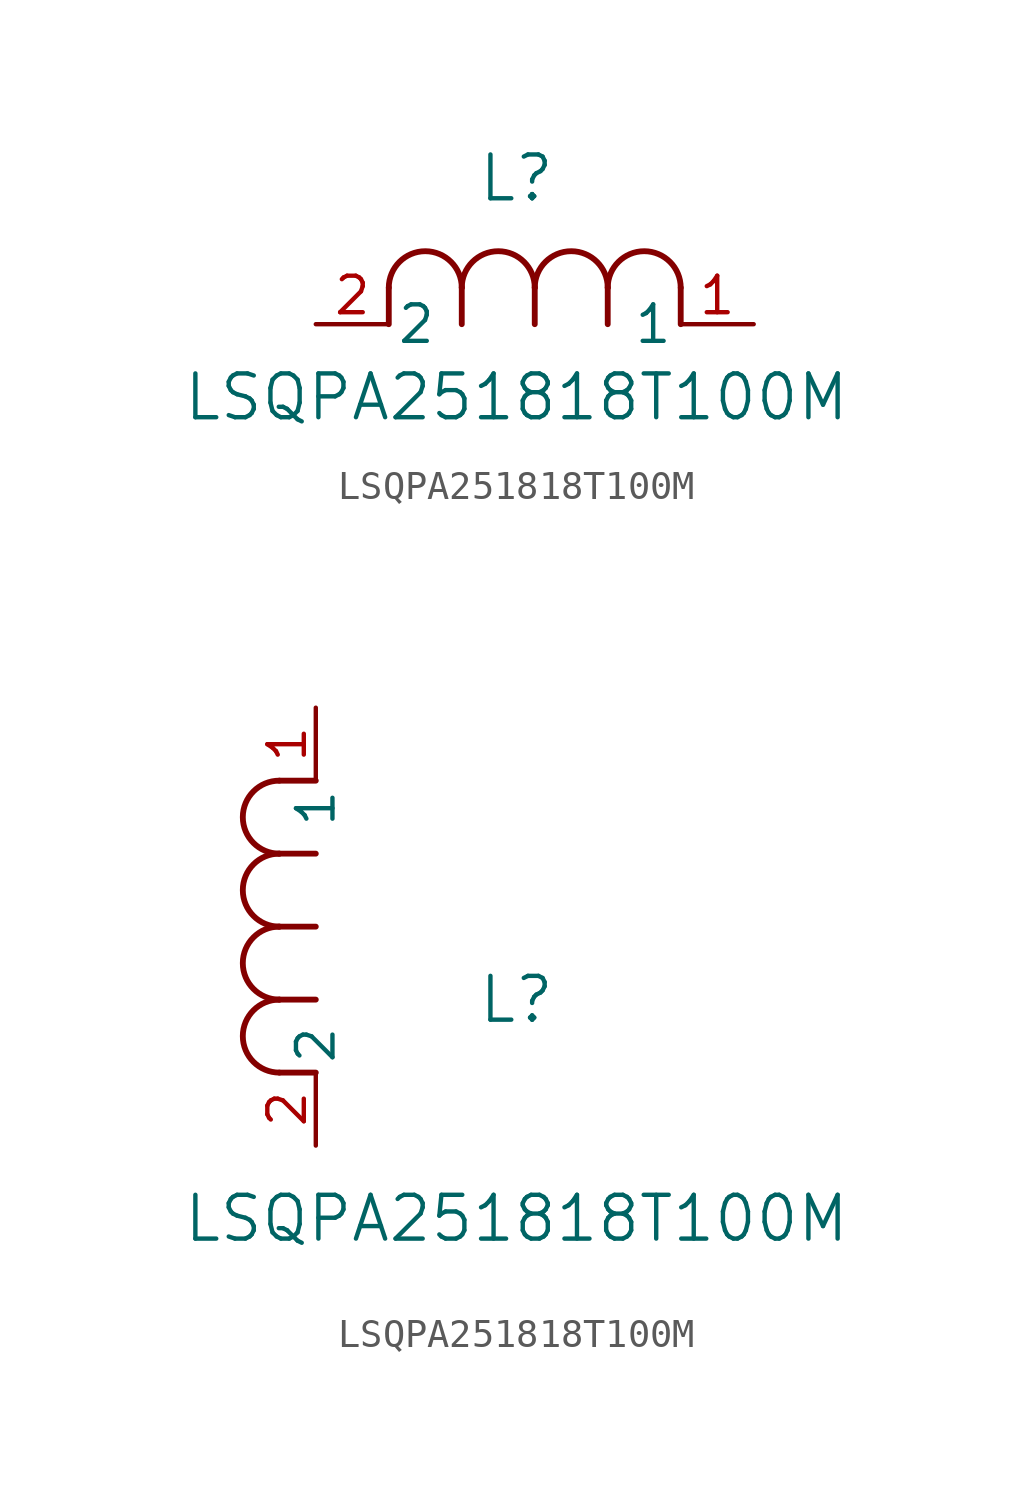
<source format=kicad_sym>
(kicad_symbol_lib
  (version 20211014)
  (generator kicad_symbol_editor)
  (symbol "LSQPA251818T100M"
    (pin_names
      (offset 0.254))
    (property "Reference" "L"
      (at 6.985 5.08 0)
      (effects (font (size 1.524 1.524))))
    (property "Value" "LSQPA251818T100M"
      (at 6.985 -2.54 0)
      (effects (font (size 1.524 1.524))))
    (symbol "LSQPA251818T100M_1_1"
      (arc (start 7.62 1.27) (mid 6.35 2.54) (end 5.08 1.27) (stroke (width 0.2032) (type default) (color 0 0 0 0)) (fill (type none)))
      (polyline (pts (xy 5.08 0) (xy 5.08 1.27)) (stroke (width 0.203) (type default) (color 0 0 0 0)) (fill (type none)))
      (polyline (pts (xy 7.62 0) (xy 7.62 1.27)) (stroke (width 0.203) (type default) (color 0 0 0 0)) (fill (type none)))
      (polyline (pts (xy 12.7 0) (xy 12.7 1.27)) (stroke (width 0.203) (type default) (color 0 0 0 0)) (fill (type none)))
      (arc (start 5.08 1.27) (mid 3.81 2.54) (end 2.54 1.27) (stroke (width 0.2032) (type default) (color 0 0 0 0)) (fill (type none)))
      (arc (start 10.16 1.27) (mid 8.89 2.54) (end 7.62 1.27) (stroke (width 0.2032) (type default) (color 0 0 0 0)) (fill (type none)))
      (arc (start 12.7 1.27) (mid 11.43 2.54) (end 10.16 1.27) (stroke (width 0.2032) (type default) (color 0 0 0 0)) (fill (type none)))
      (polyline (pts (xy 2.54 0) (xy 2.54 1.27)) (stroke (width 0.203) (type default) (color 0 0 0 0)) (fill (type none)))
      (polyline (pts (xy 10.16 0) (xy 10.16 1.27)) (stroke (width 0.203) (type default) (color 0 0 0 0)) (fill (type none)))
      (pin unspecified line (at 0 0 0) (length 2.54) (name "2" (effects (font (size 1.27 1.27)))) (number "2" (effects (font (size 1.27 1.27)))))
      (pin unspecified line (at 15.24 0 180) (length 2.54) (name "1" (effects (font (size 1.27 1.27)))) (number "1" (effects (font (size 1.27 1.27))))))
    (symbol "LSQPA251818T100M_1_2"
      (arc (start -1.27 7.62) (mid -2.54 6.35) (end -1.27 5.08) (stroke (width 0.2032) (type default) (color 0 0 0 0)) (fill (type none)))
      (arc (start -1.27 5.08) (mid -2.54 3.81) (end -1.27 2.54) (stroke (width 0.2032) (type default) (color 0 0 0 0)) (fill (type none)))
      (arc (start -1.27 12.7) (mid -2.54 11.43) (end -1.27 10.16) (stroke (width 0.2032) (type default) (color 0 0 0 0)) (fill (type none)))
      (arc (start -1.27 10.16) (mid -2.54 8.89) (end -1.27 7.62) (stroke (width 0.2032) (type default) (color 0 0 0 0)) (fill (type none)))
      (polyline (pts (xy 0 7.62) (xy -1.27 7.62)) (stroke (width 0.203) (type default) (color 0 0 0 0)) (fill (type none)))
      (polyline (pts (xy 0 5.08) (xy -1.27 5.08)) (stroke (width 0.203) (type default) (color 0 0 0 0)) (fill (type none)))
      (polyline (pts (xy 0 12.7) (xy -1.27 12.7)) (stroke (width 0.203) (type default) (color 0 0 0 0)) (fill (type none)))
      (polyline (pts (xy 0 2.54) (xy -1.27 2.54)) (stroke (width 0.203) (type default) (color 0 0 0 0)) (fill (type none)))
      (polyline (pts (xy 0 10.16) (xy -1.27 10.16)) (stroke (width 0.203) (type default) (color 0 0 0 0)) (fill (type none)))
      (pin unspecified line (at 0 0 90) (length 2.54) (name "2" (effects (font (size 1.27 1.27)))) (number "2" (effects (font (size 1.27 1.27)))))
      (pin unspecified line (at 0 15.24 270) (length 2.54) (name "1" (effects (font (size 1.27 1.27)))) (number "1" (effects (font (size 1.27 1.27))))))))
</source>
